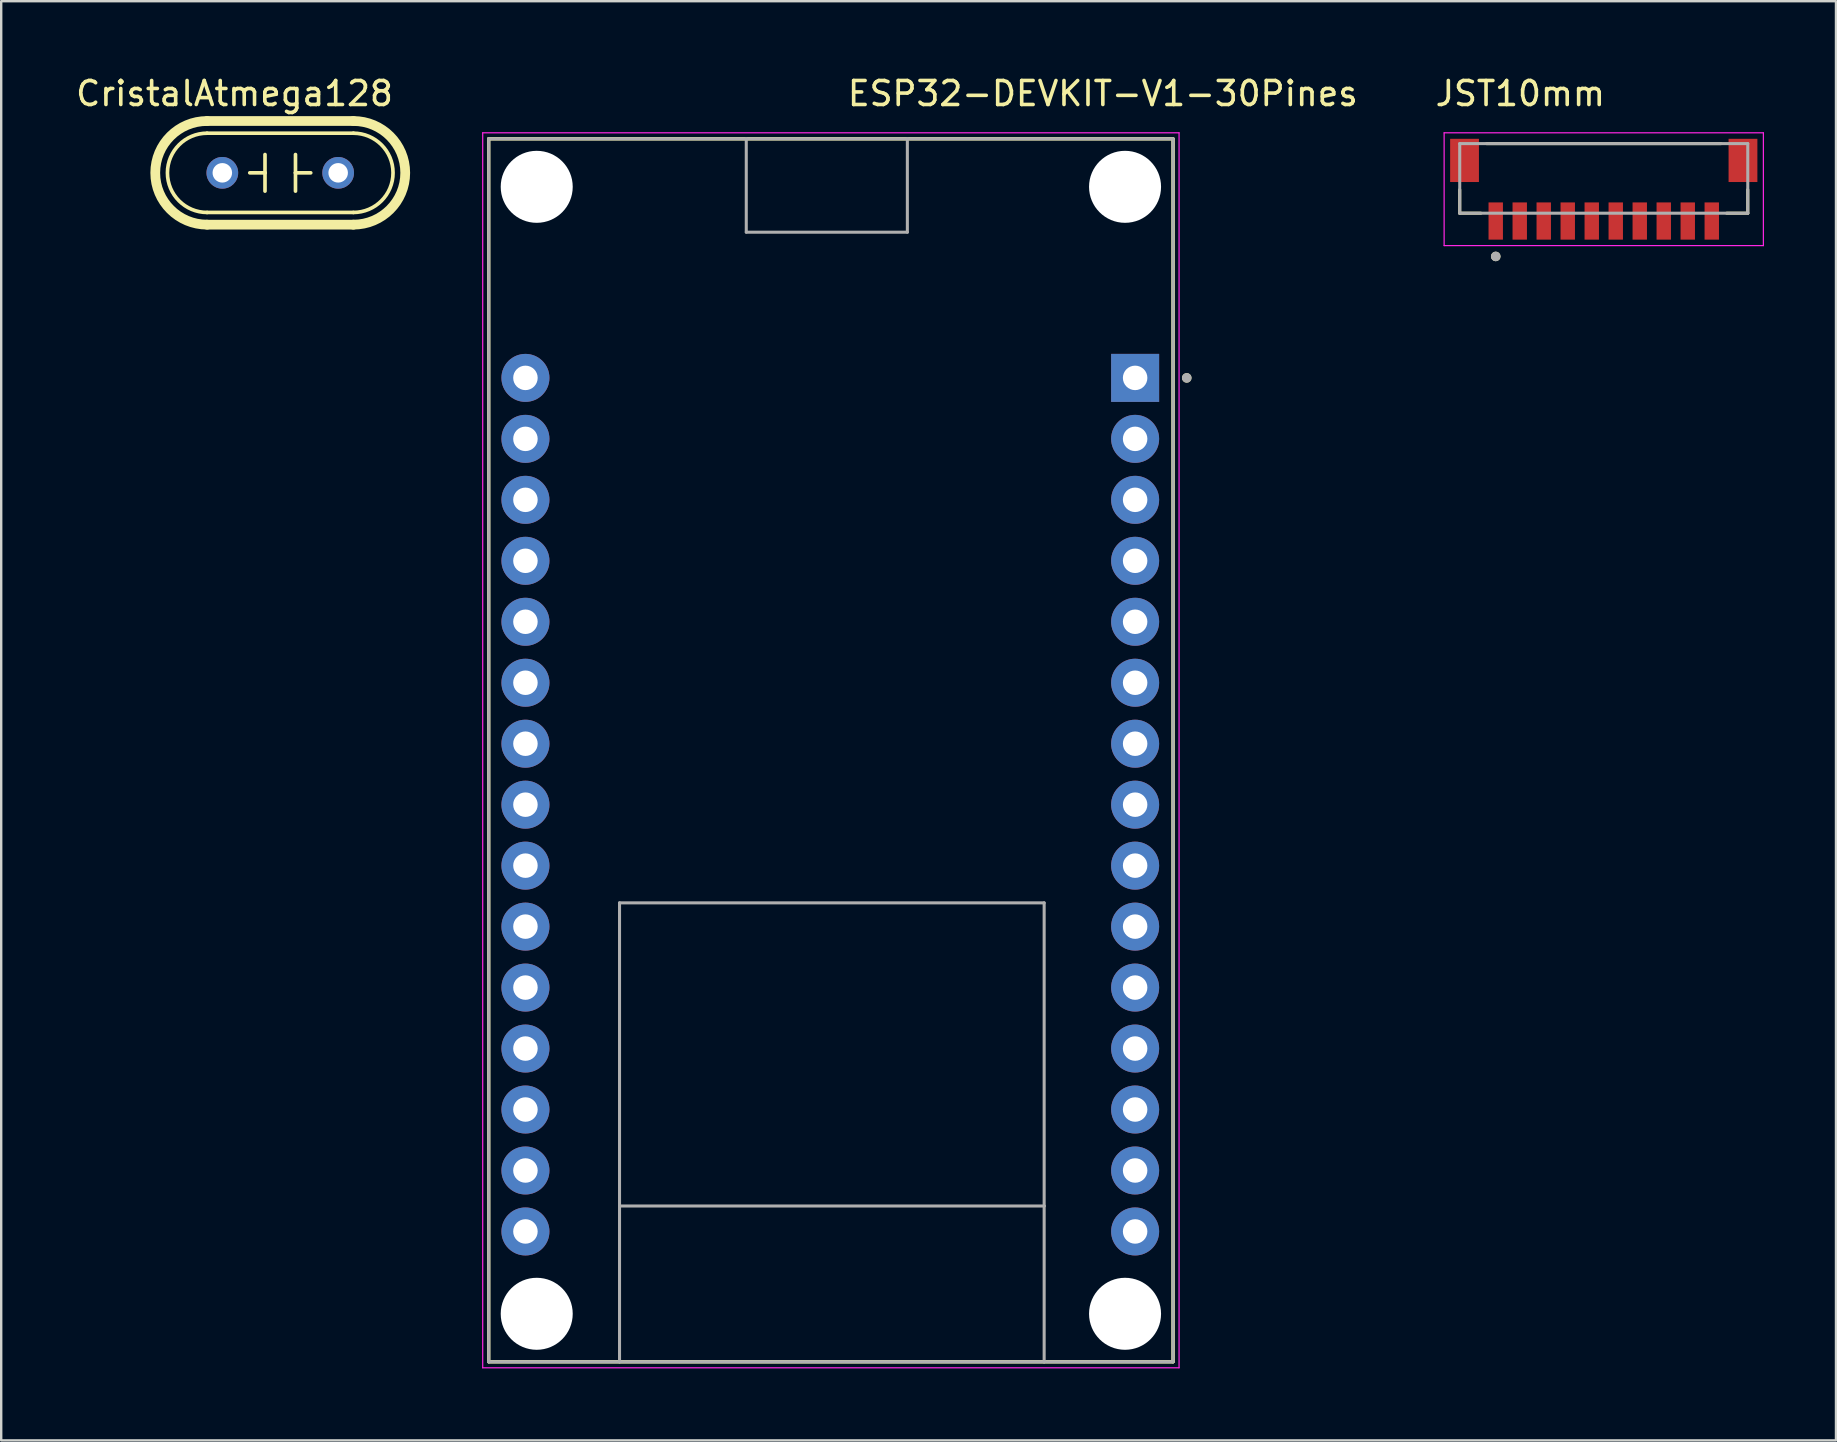
<source format=kicad_pcb>
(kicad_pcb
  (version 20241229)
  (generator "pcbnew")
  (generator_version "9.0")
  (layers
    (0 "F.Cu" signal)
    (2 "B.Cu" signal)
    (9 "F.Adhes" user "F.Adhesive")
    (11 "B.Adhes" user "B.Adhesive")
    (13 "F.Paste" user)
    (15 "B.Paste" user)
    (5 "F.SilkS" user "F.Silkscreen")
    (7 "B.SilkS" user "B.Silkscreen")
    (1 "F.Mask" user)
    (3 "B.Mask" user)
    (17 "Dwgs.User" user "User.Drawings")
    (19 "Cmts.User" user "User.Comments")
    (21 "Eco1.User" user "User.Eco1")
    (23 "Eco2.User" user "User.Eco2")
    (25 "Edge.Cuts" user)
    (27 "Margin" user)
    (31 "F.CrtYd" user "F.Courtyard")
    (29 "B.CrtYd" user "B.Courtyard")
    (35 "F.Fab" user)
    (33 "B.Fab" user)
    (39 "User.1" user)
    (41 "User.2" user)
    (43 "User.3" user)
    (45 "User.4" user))
  (footprint "JST10mm"
    (layer "F.Cu")
    (at 63.763 3.633)
    (property "Reference" "JST10mm" (at -3.475 -2.785 0) (layer "F.SilkS") (effects (font (size 1 1) (thickness 0.15))))
    (attr smd)
    (fp_line (start -6 2.2) (end -6 1.22) (stroke (width 0.127) (type solid)) (layer "F.SilkS"))
    (fp_line (start -5.12 2.2) (end -6 2.2) (stroke (width 0.127) (type solid)) (layer "F.SilkS"))
    (fp_line (start -4.88 -0.7) (end 4.88 -0.7) (stroke (width 0.127) (type solid)) (layer "F.SilkS"))
    (fp_line (start 6 2.2) (end 5.12 2.2) (stroke (width 0.127) (type solid)) (layer "F.SilkS"))
    (fp_line (start 6 2.2) (end 6 1.22) (stroke (width 0.127) (type solid)) (layer "F.SilkS"))
    (fp_circle (center -4.5 4) (end -4.4 4) (stroke (width 0.2) (type solid)) (fill no) (layer "F.SilkS"))
    (fp_line (start -6.65 -1.15) (end -6.65 3.55) (stroke (width 0.05) (type solid)) (layer "F.CrtYd"))
    (fp_line (start -6.65 3.55) (end 6.65 3.55) (stroke (width 0.05) (type solid)) (layer "F.CrtYd"))
    (fp_line (start 6.65 -1.15) (end -6.65 -1.15) (stroke (width 0.05) (type solid)) (layer "F.CrtYd"))
    (fp_line (start 6.65 3.55) (end 6.65 -1.15) (stroke (width 0.05) (type solid)) (layer "F.CrtYd"))
    (fp_line (start -6 -0.7) (end 6 -0.7) (stroke (width 0.127) (type solid)) (layer "F.Fab"))
    (fp_line (start -6 2.2) (end -6 -0.7) (stroke (width 0.127) (type solid)) (layer "F.Fab"))
    (fp_line (start 6 -0.7) (end 6 2.2) (stroke (width 0.127) (type solid)) (layer "F.Fab"))
    (fp_line (start 6 2.2) (end -6 2.2) (stroke (width 0.127) (type solid)) (layer "F.Fab"))
    (fp_circle (center -4.5 4) (end -4.4 4) (stroke (width 0.2) (type solid)) (fill no) (layer "F.Fab"))
    (pad "1" smd rect (at -4.5 2.525) (size 0.6 1.55) (layers "F.Cu" "F.Mask" "F.Paste"))
    (pad "2" smd rect (at -3.5 2.525) (size 0.6 1.55) (layers "F.Cu" "F.Mask" "F.Paste"))
    (pad "3" smd rect (at -2.5 2.525) (size 0.6 1.55) (layers "F.Cu" "F.Mask" "F.Paste"))
    (pad "4" smd rect (at -1.5 2.525) (size 0.6 1.55) (layers "F.Cu" "F.Mask" "F.Paste"))
    (pad "5" smd rect (at -0.5 2.525) (size 0.6 1.55) (layers "F.Cu" "F.Mask" "F.Paste"))
    (pad "6" smd rect (at 0.5 2.525) (size 0.6 1.55) (layers "F.Cu" "F.Mask" "F.Paste"))
    (pad "7" smd rect (at 1.5 2.525) (size 0.6 1.55) (layers "F.Cu" "F.Mask" "F.Paste"))
    (pad "8" smd rect (at 2.5 2.525) (size 0.6 1.55) (layers "F.Cu" "F.Mask" "F.Paste"))
    (pad "9" smd rect (at 3.5 2.525) (size 0.6 1.55) (layers "F.Cu" "F.Mask" "F.Paste"))
    (pad "10" smd rect (at 4.5 2.525) (size 0.6 1.55) (layers "F.Cu" "F.Mask" "F.Paste"))
    (pad "S1" smd rect (at -5.8 0) (size 1.2 1.8) (layers "F.Cu" "F.Mask" "F.Paste"))
    (pad "S2" smd rect (at 5.8 0) (size 1.2 1.8) (layers "F.Cu" "F.Mask" "F.Paste")))
  (footprint "ESP32-DEVKIT-V1-30Pines"
    (layer "F.Cu")
    (at 32.04 28.208)
    (property "Reference" "ESP32-DEVKIT-V1-30Pines" (at 10.855 -27.36 180) (layer "F.SilkS") (effects (font (size 1 1) (thickness 0.15))))
    (attr through_hole)
    (fp_line (start -14.73 -25.475) (end -14.73 25.475) (stroke (width 0.127) (type solid)) (layer "F.SilkS"))
    (fp_line (start -14.73 -25.475) (end -14.73 25.475) (stroke (width 0.127) (type solid)) (layer "F.SilkS"))
    (fp_line (start -14.73 25.475) (end 13.78 25.475) (stroke (width 0.127) (type solid)) (layer "F.SilkS"))
    (fp_line (start -9.28 25.475) (end -14.73 25.475) (stroke (width 0.127) (type solid)) (layer "F.SilkS"))
    (fp_line (start -4 -25.475) (end -14.73 -25.475) (stroke (width 0.127) (type solid)) (layer "F.SilkS"))
    (fp_line (start 2.711 -25.475) (end -4 -25.475) (stroke (width 0.127) (type solid)) (layer "F.SilkS"))
    (fp_line (start 8.41 25.475) (end -9.28 25.475) (stroke (width 0.127) (type solid)) (layer "F.SilkS"))
    (fp_line (start 13.78 -25.475) (end -14.73 -25.475) (stroke (width 0.127) (type solid)) (layer "F.SilkS"))
    (fp_line (start 13.78 -25.475) (end 2.711 -25.475) (stroke (width 0.127) (type solid)) (layer "F.SilkS"))
    (fp_line (start 13.78 25.475) (end 8.41 25.475) (stroke (width 0.127) (type solid)) (layer "F.SilkS"))
    (fp_line (start 13.78 25.475) (end 13.78 -25.475) (stroke (width 0.127) (type solid)) (layer "F.SilkS"))
    (fp_line (start 13.78 25.475) (end 13.78 -25.475) (stroke (width 0.127) (type solid)) (layer "F.SilkS"))
    (fp_circle (center 14.35 -15.515) (end 14.25 -15.515) (stroke (width 0.2) (type solid)) (fill no) (layer "F.SilkS"))
    (fp_line (start -14.98 -25.725) (end 14.03 -25.725) (stroke (width 0.05) (type solid)) (layer "F.CrtYd"))
    (fp_line (start -14.98 25.725) (end -14.98 -25.725) (stroke (width 0.05) (type solid)) (layer "F.CrtYd"))
    (fp_line (start 14.03 -25.725) (end 14.03 25.725) (stroke (width 0.05) (type solid)) (layer "F.CrtYd"))
    (fp_line (start 14.03 25.725) (end -14.98 25.725) (stroke (width 0.05) (type solid)) (layer "F.CrtYd"))
    (fp_line (start -14.73 -25.475) (end -14.73 25.475) (stroke (width 0.127) (type solid)) (layer "F.Fab"))
    (fp_line (start -9.28 6.355) (end -9.28 18.985) (stroke (width 0.127) (type solid)) (layer "F.Fab"))
    (fp_line (start -9.28 18.985) (end -9.28 25.475) (stroke (width 0.127) (type solid)) (layer "F.Fab"))
    (fp_line (start -9.28 25.475) (end -14.73 25.475) (stroke (width 0.127) (type solid)) (layer "F.Fab"))
    (fp_line (start -4 -25.475) (end -14.73 -25.475) (stroke (width 0.127) (type solid)) (layer "F.Fab"))
    (fp_line (start -4 -25.475) (end -4 -21.585) (stroke (width 0.127) (type solid)) (layer "F.Fab"))
    (fp_line (start -4 -21.585) (end 2.711 -21.585) (stroke (width 0.127) (type solid)) (layer "F.Fab"))
    (fp_line (start 2.711 -25.475) (end -4 -25.475) (stroke (width 0.127) (type solid)) (layer "F.Fab"))
    (fp_line (start 2.711 -21.585) (end 2.711 -25.475) (stroke (width 0.127) (type solid)) (layer "F.Fab"))
    (fp_line (start 8.41 6.355) (end -9.28 6.355) (stroke (width 0.127) (type solid)) (layer "F.Fab"))
    (fp_line (start 8.41 18.985) (end -9.28 18.985) (stroke (width 0.127) (type solid)) (layer "F.Fab"))
    (fp_line (start 8.41 18.985) (end 8.41 6.355) (stroke (width 0.127) (type solid)) (layer "F.Fab"))
    (fp_line (start 8.41 25.475) (end -9.28 25.475) (stroke (width 0.127) (type solid)) (layer "F.Fab"))
    (fp_line (start 8.41 25.475) (end 8.41 18.985) (stroke (width 0.127) (type solid)) (layer "F.Fab"))
    (fp_line (start 13.78 -25.475) (end 2.711 -25.475) (stroke (width 0.127) (type solid)) (layer "F.Fab"))
    (fp_line (start 13.78 25.475) (end 8.41 25.475) (stroke (width 0.127) (type solid)) (layer "F.Fab"))
    (fp_line (start 13.78 25.475) (end 13.78 -25.475) (stroke (width 0.127) (type solid)) (layer "F.Fab"))
    (fp_circle (center 14.35 -15.515) (end 14.25 -15.515) (stroke (width 0.2) (type solid)) (fill no) (layer "F.Fab"))
    (pad "" np_thru_hole circle (at -12.73 -23.475) (size 3 3) (drill 3) (layers "*.Cu" "*.Mask"))
    (pad "" np_thru_hole circle (at -12.73 23.475) (size 3 3) (drill 3) (layers "*.Cu" "*.Mask"))
    (pad "" np_thru_hole circle (at 11.78 -23.475) (size 3 3) (drill 3) (layers "*.Cu" "*.Mask"))
    (pad "" np_thru_hole circle (at 11.78 23.475) (size 3 3) (drill 3) (layers "*.Cu" "*.Mask"))
    (pad "1" thru_hole rect (at 12.2 -15.515) (size 2 2) (drill 1.02) (layers "*.Cu" "*.Mask"))
    (pad "2" thru_hole circle (at 12.2 -12.975) (size 2 2) (drill 1.02) (layers "*.Cu" "*.Mask"))
    (pad "3" thru_hole circle (at 12.2 -10.435) (size 2 2) (drill 1.02) (layers "*.Cu" "*.Mask"))
    (pad "4" thru_hole circle (at 12.2 -7.895) (size 2 2) (drill 1.02) (layers "*.Cu" "*.Mask"))
    (pad "5" thru_hole circle (at 12.2 -5.355) (size 2 2) (drill 1.02) (layers "*.Cu" "*.Mask"))
    (pad "6" thru_hole circle (at 12.2 -2.815) (size 2 2) (drill 1.02) (layers "*.Cu" "*.Mask"))
    (pad "7" thru_hole circle (at 12.2 -0.275) (size 2 2) (drill 1.02) (layers "*.Cu" "*.Mask"))
    (pad "8" thru_hole circle (at 12.2 2.265) (size 2 2) (drill 1.02) (layers "*.Cu" "*.Mask"))
    (pad "9" thru_hole circle (at 12.2 4.805) (size 2 2) (drill 1.02) (layers "*.Cu" "*.Mask"))
    (pad "10" thru_hole circle (at 12.2 7.345) (size 2 2) (drill 1.02) (layers "*.Cu" "*.Mask"))
    (pad "11" thru_hole circle (at 12.2 9.885) (size 2 2) (drill 1.02) (layers "*.Cu" "*.Mask"))
    (pad "12" thru_hole circle (at 12.2 12.425) (size 2 2) (drill 1.02) (layers "*.Cu" "*.Mask"))
    (pad "13" thru_hole circle (at 12.2 14.965) (size 2 2) (drill 1.02) (layers "*.Cu" "*.Mask"))
    (pad "14" thru_hole circle (at 12.2 17.505) (size 2 2) (drill 1.02) (layers "*.Cu" "*.Mask"))
    (pad "15" thru_hole circle (at 12.2 20.045) (size 2 2) (drill 1.02) (layers "*.Cu" "*.Mask"))
    (pad "16" thru_hole circle (at -13.2 20.045) (size 2 2) (drill 1.02) (layers "*.Cu" "*.Mask"))
    (pad "17" thru_hole circle (at -13.2 17.505) (size 2 2) (drill 1.02) (layers "*.Cu" "*.Mask"))
    (pad "18" thru_hole circle (at -13.2 14.965) (size 2 2) (drill 1.02) (layers "*.Cu" "*.Mask"))
    (pad "19" thru_hole circle (at -13.2 12.425) (size 2 2) (drill 1.02) (layers "*.Cu" "*.Mask"))
    (pad "20" thru_hole circle (at -13.2 9.885) (size 2 2) (drill 1.02) (layers "*.Cu" "*.Mask"))
    (pad "21" thru_hole circle (at -13.2 7.345) (size 2 2) (drill 1.02) (layers "*.Cu" "*.Mask"))
    (pad "22" thru_hole circle (at -13.2 4.805) (size 2 2) (drill 1.02) (layers "*.Cu" "*.Mask"))
    (pad "23" thru_hole circle (at -13.2 2.265) (size 2 2) (drill 1.02) (layers "*.Cu" "*.Mask"))
    (pad "24" thru_hole circle (at -13.2 -0.275) (size 2 2) (drill 1.02) (layers "*.Cu" "*.Mask"))
    (pad "25" thru_hole circle (at -13.2 -2.815) (size 2 2) (drill 1.02) (layers "*.Cu" "*.Mask"))
    (pad "26" thru_hole circle (at -13.2 -5.355) (size 2 2) (drill 1.02) (layers "*.Cu" "*.Mask"))
    (pad "27" thru_hole circle (at -13.2 -7.895) (size 2 2) (drill 1.02) (layers "*.Cu" "*.Mask"))
    (pad "28" thru_hole circle (at -13.2 -10.435) (size 2 2) (drill 1.02) (layers "*.Cu" "*.Mask"))
    (pad "29" thru_hole circle (at -13.2 -12.975) (size 2 2) (drill 1.02) (layers "*.Cu" "*.Mask"))
    (pad "30" thru_hole circle (at -13.2 -15.515) (size 2 2) (drill 1.02) (layers "*.Cu" "*.Mask"))
    (zone (net_name "") (layer "F.Cu") (hatch full 0.508) (connect_pads) (min_thickness 0.01) (filled_areas_thickness no) (keepout (tracks not_allowed) (vias not_allowed) (pads not_allowed) (copperpour not_allowed) (footprints allowed)) (placement (enabled no)) (fill) (polygon (pts (xy 40.45 47.193) (xy 22.76 47.193) (xy 22.76 53.683) (xy 40.45 53.683))))
    (zone (net_name "") (layers "F.Cu" "B.Cu") (hatch full 0.508) (connect_pads) (min_thickness 0.01) (filled_areas_thickness no) (keepout (tracks allowed) (vias not_allowed) (pads allowed) (copperpour allowed) (footprints allowed)) (placement (enabled no)) (fill) (polygon (pts (xy 40.45 47.193) (xy 22.76 47.193) (xy 22.76 53.683) (xy 40.45 53.683)))))
  (footprint "CristalAtmega128"
    (layer "F.Cu")
    (at 8.625 4.15)
    (property "Reference" "CristalAtmega128" (at -1.905 -3.302 0) (layer "F.SilkS") (effects (font (size 1 1) (thickness 0.15))))
    (attr through_hole)
    (fp_line (start -3.048 -2.159) (end 3.048 -2.159) (stroke (width 0.406) (type solid)) (layer "F.SilkS"))
    (fp_line (start -3.048 1.651) (end 3.048 1.651) (stroke (width 0.152) (type solid)) (layer "F.SilkS"))
    (fp_line (start -3.048 2.159) (end 3.048 2.159) (stroke (width 0.406) (type solid)) (layer "F.SilkS"))
    (fp_line (start -0.635 -0.762) (end -0.635 0) (stroke (width 0.152) (type solid)) (layer "F.SilkS"))
    (fp_line (start -0.635 0) (end -1.27 0) (stroke (width 0.152) (type solid)) (layer "F.SilkS"))
    (fp_line (start -0.635 0) (end -0.635 0.762) (stroke (width 0.152) (type solid)) (layer "F.SilkS"))
    (fp_line (start 0.635 -0.762) (end 0.635 0) (stroke (width 0.152) (type solid)) (layer "F.SilkS"))
    (fp_line (start 0.635 0) (end 0.635 0.762) (stroke (width 0.152) (type solid)) (layer "F.SilkS"))
    (fp_line (start 0.635 0) (end 1.27 0) (stroke (width 0.152) (type solid)) (layer "F.SilkS"))
    (fp_line (start 3.048 -1.651) (end -3.048 -1.651) (stroke (width 0.152) (type solid)) (layer "F.SilkS"))
    (fp_arc (start -3.048 1.651) (mid -4.699 0) (end -3.048 -1.651) (stroke (width 0.1524) (type solid)) (layer "F.SilkS"))
    (fp_arc (start -3.048 2.159) (mid -5.207 0) (end -3.048 -2.159) (stroke (width 0.4064) (type solid)) (layer "F.SilkS"))
    (fp_arc (start 3.048 -2.159) (mid 5.207 0) (end 3.048 2.159) (stroke (width 0.4064) (type solid)) (layer "F.SilkS"))
    (fp_arc (start 3.048 -1.651) (mid 4.699 0) (end 3.048 1.651) (stroke (width 0.1524) (type solid)) (layer "F.SilkS"))
    (pad "1" thru_hole circle (at -2.413 0) (size 1.321 1.321) (drill 0.813) (layers "*.Cu" "*.Mask"))
    (pad "2" thru_hole circle (at 2.413 0) (size 1.321 1.321) (drill 0.813) (layers "*.Cu" "*.Mask")))
  (gr_rect
    (start -3 -3)
    (end 73.438 56.958)
    (stroke (width 0.1) (type default))
    (fill no)
    (layer "Edge.Cuts")))
</source>
